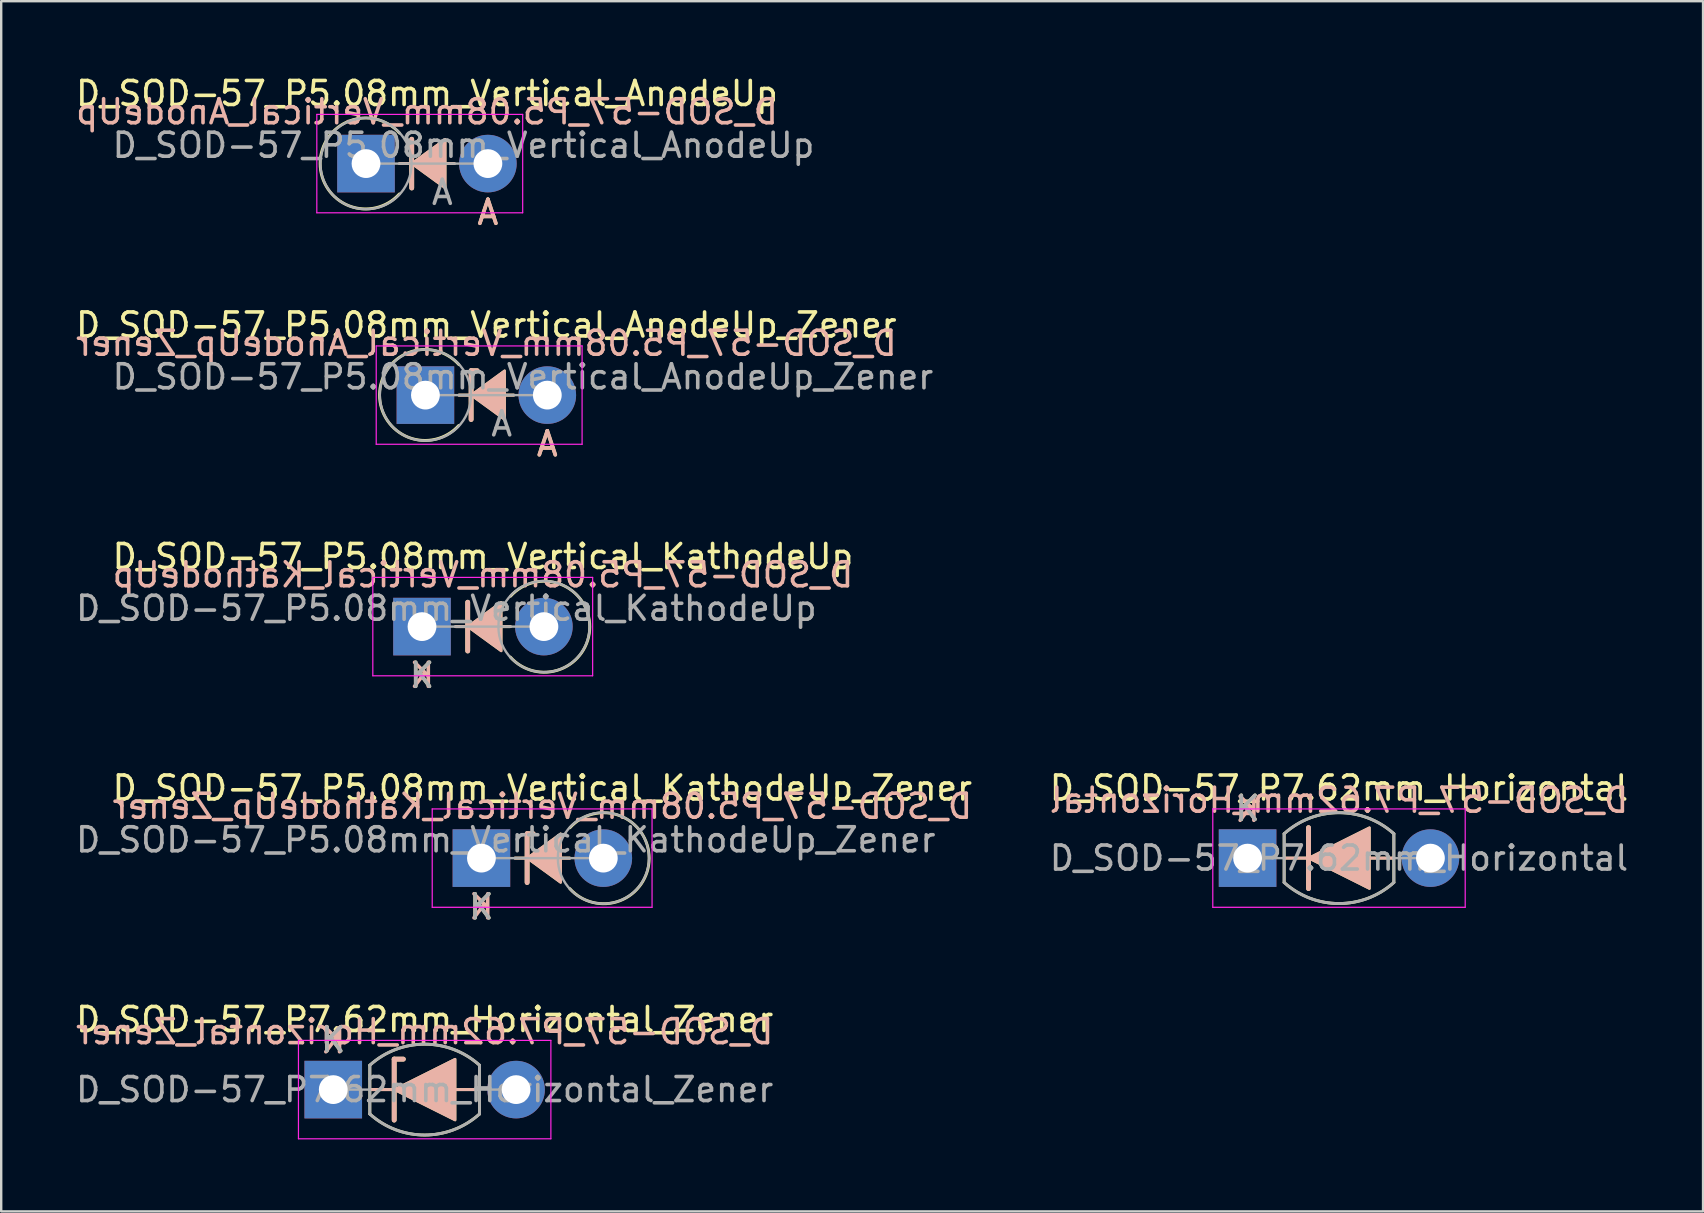
<source format=kicad_pcb>
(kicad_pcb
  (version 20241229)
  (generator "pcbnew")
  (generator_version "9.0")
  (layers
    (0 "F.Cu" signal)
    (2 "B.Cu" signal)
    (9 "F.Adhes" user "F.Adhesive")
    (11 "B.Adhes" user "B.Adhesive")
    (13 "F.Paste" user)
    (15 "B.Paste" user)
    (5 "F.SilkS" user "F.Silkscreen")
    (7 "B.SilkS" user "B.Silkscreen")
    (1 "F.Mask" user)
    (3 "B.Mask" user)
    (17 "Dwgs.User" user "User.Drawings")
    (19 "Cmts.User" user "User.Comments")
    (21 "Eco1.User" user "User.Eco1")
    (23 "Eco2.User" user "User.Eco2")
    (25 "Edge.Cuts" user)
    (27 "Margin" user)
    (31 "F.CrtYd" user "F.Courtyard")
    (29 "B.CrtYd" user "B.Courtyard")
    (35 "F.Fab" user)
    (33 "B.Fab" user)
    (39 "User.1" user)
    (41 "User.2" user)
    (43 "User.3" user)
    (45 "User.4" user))
  (footprint "D_SOD-57_P7.62mm_Horizontal_Zener"
    (layer "F.Cu")
    (at 10.839 42.362)
    (property "Reference" "D_SOD-57_P7.62mm_Horizontal_Zener" (at 3.81 -2.92 0) (layer "F.SilkS") (effects (font (size 1 1) (thickness 0.15))))
    (fp_line (start 1.524 -1.016) (end 1.524 1.016) (stroke (width 0.12) (type solid)) (layer "F.SilkS"))
    (fp_line (start 1.524 0) (end 6.096 0) (stroke (width 0.12) (type solid)) (layer "F.SilkS"))
    (fp_line (start 2.54 -1.27) (end 2.921 -1.27) (stroke (width 0.2) (type solid)) (layer "F.SilkS"))
    (fp_line (start 2.54 1.27) (end 2.54 -1.27) (stroke (width 0.2) (type solid)) (layer "F.SilkS"))
    (fp_line (start 6.096 -1.016) (end 6.096 1.016) (stroke (width 0.12) (type solid)) (layer "F.SilkS"))
    (fp_arc (start 1.524 -1.016) (mid 3.809999 -1.89322) (end 6.095998 -1.016) (stroke (width 0.12) (type solid)) (layer "F.SilkS"))
    (fp_arc (start 6.096 1.016) (mid 3.810001 1.89322) (end 1.524002 1.016) (stroke (width 0.12) (type solid)) (layer "F.SilkS"))
    (fp_poly (pts (xy 5.08 1.27) (xy 2.54 0) (xy 5.08 -1.27)) (stroke (width 0.1) (type solid)) (fill yes) (layer "F.SilkS"))
    (fp_line (start 1.524 0) (end 6.096 0) (stroke (width 0.12) (type solid)) (layer "B.SilkS"))
    (fp_line (start 2.54 -1.27) (end 2.54 1.27) (stroke (width 0.2) (type solid)) (layer "B.SilkS"))
    (fp_line (start 2.54 -1.27) (end 2.921 -1.27) (stroke (width 0.2) (type solid)) (layer "B.SilkS"))
    (fp_poly (pts (xy 5.08 -1.27) (xy 2.54 0) (xy 5.08 1.27)) (stroke (width 0.1) (type solid)) (fill yes) (layer "B.SilkS"))
    (fp_line (start -1.45 -2.05) (end -1.45 2.05) (stroke (width 0.05) (type solid)) (layer "F.CrtYd"))
    (fp_line (start -1.45 2.05) (end 9.07 2.05) (stroke (width 0.05) (type solid)) (layer "F.CrtYd"))
    (fp_line (start 9.07 -2.05) (end -1.45 -2.05) (stroke (width 0.05) (type solid)) (layer "F.CrtYd"))
    (fp_line (start 9.07 2.05) (end 9.07 -2.05) (stroke (width 0.05) (type solid)) (layer "F.CrtYd"))
    (fp_line (start 0 0) (end 1.524 0) (stroke (width 0.1) (type solid)) (layer "F.Fab"))
    (fp_line (start 1.524 -1.016) (end 1.524 1.016) (stroke (width 0.12) (type solid)) (layer "F.Fab"))
    (fp_line (start 6.096 -1.016) (end 6.096 1.016) (stroke (width 0.12) (type solid)) (layer "F.Fab"))
    (fp_line (start 7.62 0) (end 6.096 0) (stroke (width 0.1) (type solid)) (layer "F.Fab"))
    (fp_arc (start 1.524 -1.016) (mid 3.81037 -1.894241) (end 6.097132 -1.017021) (stroke (width 0.12) (type solid)) (layer "F.Fab"))
    (fp_arc (start 6.097134 1.014979) (mid 3.810764 1.89322) (end 1.524002 1.016) (stroke (width 0.12) (type solid)) (layer "F.Fab"))
    (fp_text user "K" (at 0 -2.073 0) (layer "F.SilkS") (effects (font (size 1 1) (thickness 0.15))))
    (fp_text user "${REFERENCE}" (at 3.81 -2.413 0) (layer "B.SilkS") (effects (font (size 1 1) (thickness 0.15)) (justify mirror)))
    (fp_text user "K" (at 0 -2.032 0) (layer "B.SilkS") (effects (font (size 1 1) (thickness 0.15)) (justify mirror)))
    (fp_text user "K" (at 0 -2.073 0) (layer "F.Fab") (effects (font (size 1 1) (thickness 0.15))))
    (fp_text user "${REFERENCE}" (at 3.81 0 0) (layer "F.Fab") (effects (font (size 1 1) (thickness 0.15))))
    (pad "1" thru_hole rect (at 0 0) (size 2.4 2.4) (drill 1.2) (layers "*.Cu" "*.Mask"))
    (pad "2" thru_hole oval (at 7.62 0) (size 2.4 2.4) (drill 1.2) (layers "*.Cu" "*.Mask")))
  (footprint "D_SOD-57_P5.08mm_Vertical_KathodeUp"
    (layer "F.Cu")
    (at 14.538 23.065)
    (property "Reference" "D_SOD-57_P5.08mm_Vertical_KathodeUp" (at 2.54 -2.92 0) (layer "F.SilkS") (effects (font (size 1 1) (thickness 0.15))))
    (fp_line (start 1.397 0) (end 2.413 0) (stroke (width 0.12) (type solid)) (layer "F.SilkS"))
    (fp_line (start 1.905 -1.016) (end 1.905 1.016) (stroke (width 0.2) (type solid)) (layer "F.SilkS"))
    (fp_line (start 1.92 0) (end 3.683 0) (stroke (width 0.12) (type solid)) (layer "F.SilkS"))
    (fp_arc (start 3.688678 -1.264874) (mid 6.992067 0.009969) (end 3.683 1.27) (stroke (width 0.12) (type solid)) (layer "F.SilkS"))
    (fp_poly (pts (xy 3.302 1.016) (xy 1.905 0) (xy 3.302 -1.016)) (stroke (width 0.1) (type solid)) (fill yes) (layer "F.SilkS"))
    (fp_line (start 1.397 0) (end 2.413 0) (stroke (width 0.12) (type solid)) (layer "B.SilkS"))
    (fp_line (start 1.905 1.016) (end 1.905 -1.016) (stroke (width 0.2) (type solid)) (layer "B.SilkS"))
    (fp_line (start 1.92 0) (end 3.683 0) (stroke (width 0.12) (type solid)) (layer "B.SilkS"))
    (fp_poly (pts (xy 3.302 -1.016) (xy 1.905 0) (xy 3.302 1.016)) (stroke (width 0.1) (type solid)) (fill yes) (layer "B.SilkS"))
    (fp_line (start -2.05 -2.05) (end -2.05 2.05) (stroke (width 0.05) (type solid)) (layer "F.CrtYd"))
    (fp_line (start -2.05 2.05) (end 7.112 2.05) (stroke (width 0.05) (type solid)) (layer "F.CrtYd"))
    (fp_line (start 7.112 -2.05) (end -2.05 -2.05) (stroke (width 0.05) (type solid)) (layer "F.CrtYd"))
    (fp_line (start 7.112 2.05) (end 7.112 -2.05) (stroke (width 0.05) (type solid)) (layer "F.CrtYd"))
    (fp_line (start 0 0) (end 5.08 0) (stroke (width 0.1) (type solid)) (layer "F.Fab"))
    (fp_circle (center 5.085 0) (end 6.985 0) (stroke (width 0.1) (type solid)) (fill no) (layer "F.Fab"))
    (fp_text user "K" (at 0 2.032 0) (layer "F.SilkS") (effects (font (size 1 1) (thickness 0.15))))
    (fp_text user "${REFERENCE}" (at 2.54 -2.159 0) (layer "B.SilkS") (effects (font (size 1 1) (thickness 0.15)) (justify mirror)))
    (fp_text user "K" (at 0 2.032 0) (layer "B.SilkS") (effects (font (size 1 1) (thickness 0.15)) (justify mirror)))
    (fp_text user "${REFERENCE}" (at 1.016 -0.762 0) (layer "F.Fab") (effects (font (size 1 1) (thickness 0.15))))
    (fp_text user "K" (at 0 2.032 0) (layer "F.Fab") (effects (font (size 1 1) (thickness 0.15))))
    (pad "1" thru_hole rect (at 0 0) (size 2.4 2.4) (drill 1.2) (layers "*.Cu" "*.Mask"))
    (pad "2" thru_hole oval (at 5.08 0) (size 2.4 2.4) (drill 1.2) (layers "*.Cu" "*.Mask")))
  (footprint "D_SOD-57_P5.08mm_Vertical_AnodeUp"
    (layer "F.Cu")
    (at 12.204 3.768)
    (property "Reference" "D_SOD-57_P5.08mm_Vertical_AnodeUp" (at 2.54 -2.92 0) (layer "F.SilkS") (effects (font (size 1 1) (thickness 0.15))))
    (fp_line (start 1.397 0) (end 2.413 0) (stroke (width 0.12) (type solid)) (layer "F.SilkS"))
    (fp_line (start 1.905 -1.016) (end 1.905 1.016) (stroke (width 0.2) (type solid)) (layer "F.SilkS"))
    (fp_line (start 1.92 0) (end 3.683 0) (stroke (width 0.12) (type solid)) (layer "F.SilkS"))
    (fp_arc (start 1.391322 1.264874) (mid -1.912067 -0.009969) (end 1.397 -1.27) (stroke (width 0.12) (type solid)) (layer "F.SilkS"))
    (fp_poly (pts (xy 3.302 1.016) (xy 1.905 0) (xy 3.302 -1.016)) (stroke (width 0.1) (type solid)) (fill yes) (layer "F.SilkS"))
    (fp_line (start 1.397 0) (end 2.413 0) (stroke (width 0.12) (type solid)) (layer "B.SilkS"))
    (fp_line (start 1.905 1.016) (end 1.905 -1.016) (stroke (width 0.2) (type solid)) (layer "B.SilkS"))
    (fp_line (start 1.92 0) (end 3.683 0) (stroke (width 0.12) (type solid)) (layer "B.SilkS"))
    (fp_poly (pts (xy 3.302 -1.016) (xy 1.905 0) (xy 3.302 1.016)) (stroke (width 0.1) (type solid)) (fill yes) (layer "B.SilkS"))
    (fp_line (start -2.05 -2.05) (end -2.05 2.05) (stroke (width 0.05) (type solid)) (layer "F.CrtYd"))
    (fp_line (start -2.05 2.05) (end 6.53 2.05) (stroke (width 0.05) (type solid)) (layer "F.CrtYd"))
    (fp_line (start 6.53 -2.05) (end -2.05 -2.05) (stroke (width 0.05) (type solid)) (layer "F.CrtYd"))
    (fp_line (start 6.53 2.05) (end 6.53 -2.05) (stroke (width 0.05) (type solid)) (layer "F.CrtYd"))
    (fp_line (start 0 0) (end 5.08 0) (stroke (width 0.1) (type solid)) (layer "F.Fab"))
    (fp_circle (center 0 0) (end 1.9 0) (stroke (width 0.1) (type solid)) (fill no) (layer "F.Fab"))
    (fp_text user "A" (at 5.08 2.032 0) (layer "F.SilkS") (effects (font (size 1 1) (thickness 0.15))))
    (fp_text user "${REFERENCE}" (at 2.54 -2.159 0) (layer "B.SilkS") (effects (font (size 1 1) (thickness 0.15)) (justify mirror)))
    (fp_text user "A" (at 5.08 2.032 0) (layer "B.SilkS") (effects (font (size 1 1) (thickness 0.15)) (justify mirror)))
    (fp_text user "A" (at 3.18 1.2 0) (layer "F.Fab") (effects (font (size 1 1) (thickness 0.15))))
    (fp_text user "${REFERENCE}" (at 4.064 -0.762 0) (layer "F.Fab") (effects (font (size 1 1) (thickness 0.15))))
    (pad "1" thru_hole rect (at 0 0) (size 2.4 2.4) (drill 1.2) (layers "*.Cu" "*.Mask"))
    (pad "2" thru_hole oval (at 5.08 0) (size 2.4 2.4) (drill 1.2) (layers "*.Cu" "*.Mask")))
  (footprint "D_SOD-57_P7.62mm_Horizontal"
    (layer "F.Cu")
    (at 48.946 32.714)
    (property "Reference" "D_SOD-57_P7.62mm_Horizontal" (at 3.81 -2.92 0) (layer "F.SilkS") (effects (font (size 1 1) (thickness 0.15))))
    (fp_line (start 1.524 -1.016) (end 1.524 1.016) (stroke (width 0.12) (type solid)) (layer "F.SilkS"))
    (fp_line (start 1.524 0) (end 6.096 0) (stroke (width 0.12) (type solid)) (layer "F.SilkS"))
    (fp_line (start 2.54 1.27) (end 2.54 -1.27) (stroke (width 0.2) (type solid)) (layer "F.SilkS"))
    (fp_line (start 6.096 -1.016) (end 6.096 1.016) (stroke (width 0.12) (type solid)) (layer "F.SilkS"))
    (fp_arc (start 1.524 -1.016) (mid 3.809999 -1.89322) (end 6.095998 -1.016) (stroke (width 0.12) (type solid)) (layer "F.SilkS"))
    (fp_arc (start 6.096 1.016) (mid 3.810001 1.89322) (end 1.524002 1.016) (stroke (width 0.12) (type solid)) (layer "F.SilkS"))
    (fp_poly (pts (xy 5.08 1.27) (xy 2.54 0) (xy 5.08 -1.27)) (stroke (width 0.1) (type solid)) (fill yes) (layer "F.SilkS"))
    (fp_line (start 1.524 0) (end 6.096 0) (stroke (width 0.12) (type solid)) (layer "B.SilkS"))
    (fp_line (start 2.54 -1.27) (end 2.54 1.27) (stroke (width 0.2) (type solid)) (layer "B.SilkS"))
    (fp_poly (pts (xy 5.08 -1.27) (xy 2.54 0) (xy 5.08 1.27)) (stroke (width 0.1) (type solid)) (fill yes) (layer "B.SilkS"))
    (fp_line (start -1.45 -2.05) (end -1.45 2.05) (stroke (width 0.05) (type solid)) (layer "F.CrtYd"))
    (fp_line (start -1.45 2.05) (end 9.07 2.05) (stroke (width 0.05) (type solid)) (layer "F.CrtYd"))
    (fp_line (start 9.07 -2.05) (end -1.45 -2.05) (stroke (width 0.05) (type solid)) (layer "F.CrtYd"))
    (fp_line (start 9.07 2.05) (end 9.07 -2.05) (stroke (width 0.05) (type solid)) (layer "F.CrtYd"))
    (fp_line (start 0 0) (end 1.524 0) (stroke (width 0.1) (type solid)) (layer "F.Fab"))
    (fp_line (start 1.524 -1.016) (end 1.524 1.016) (stroke (width 0.12) (type solid)) (layer "F.Fab"))
    (fp_line (start 6.096 -1.016) (end 6.096 1.016) (stroke (width 0.12) (type solid)) (layer "F.Fab"))
    (fp_line (start 7.62 0) (end 6.096 0) (stroke (width 0.1) (type solid)) (layer "F.Fab"))
    (fp_arc (start 1.524 -1.016) (mid 3.81037 -1.894241) (end 6.097132 -1.017021) (stroke (width 0.12) (type solid)) (layer "F.Fab"))
    (fp_arc (start 6.097134 1.014979) (mid 3.810764 1.89322) (end 1.524002 1.016) (stroke (width 0.12) (type solid)) (layer "F.Fab"))
    (fp_text user "K" (at 0 -2.073 0) (layer "F.SilkS") (effects (font (size 1 1) (thickness 0.15))))
    (fp_text user "${REFERENCE}" (at 3.81 -2.413 0) (layer "B.SilkS") (effects (font (size 1 1) (thickness 0.15)) (justify mirror)))
    (fp_text user "K" (at 0 -2.032 0) (layer "B.SilkS") (effects (font (size 1 1) (thickness 0.15)) (justify mirror)))
    (fp_text user "K" (at 0 -2.073 0) (layer "F.Fab") (effects (font (size 1 1) (thickness 0.15))))
    (fp_text user "${REFERENCE}" (at 3.81 0 0) (layer "F.Fab") (effects (font (size 1 1) (thickness 0.15))))
    (pad "1" thru_hole rect (at 0 0) (size 2.4 2.4) (drill 1.2) (layers "*.Cu" "*.Mask"))
    (pad "2" thru_hole oval (at 7.62 0) (size 2.4 2.4) (drill 1.2) (layers "*.Cu" "*.Mask")))
  (footprint "D_SOD-57_P5.08mm_Vertical_KathodeUp_Zener"
    (layer "F.Cu")
    (at 17.014 32.714)
    (property "Reference" "D_SOD-57_P5.08mm_Vertical_KathodeUp_Zener" (at 2.54 -2.92 0) (layer "F.SilkS") (effects (font (size 1 1) (thickness 0.15))))
    (fp_line (start 1.397 0) (end 2.413 0) (stroke (width 0.12) (type solid)) (layer "F.SilkS"))
    (fp_line (start 1.905 -1.016) (end 1.905 1.016) (stroke (width 0.2) (type solid)) (layer "F.SilkS"))
    (fp_line (start 1.905 -1.016) (end 2.159 -1.016) (stroke (width 0.2) (type solid)) (layer "F.SilkS"))
    (fp_line (start 1.92 0) (end 3.683 0) (stroke (width 0.12) (type solid)) (layer "F.SilkS"))
    (fp_arc (start 3.688678 -1.264874) (mid 6.992067 0.009969) (end 3.683 1.27) (stroke (width 0.12) (type solid)) (layer "F.SilkS"))
    (fp_poly (pts (xy 3.302 1.016) (xy 1.905 0) (xy 3.302 -1.016)) (stroke (width 0.1) (type solid)) (fill yes) (layer "F.SilkS"))
    (fp_line (start 1.397 0) (end 2.413 0) (stroke (width 0.12) (type solid)) (layer "B.SilkS"))
    (fp_line (start 1.905 -1.016) (end 2.159 -1.016) (stroke (width 0.2) (type solid)) (layer "B.SilkS"))
    (fp_line (start 1.905 1.016) (end 1.905 -1.016) (stroke (width 0.2) (type solid)) (layer "B.SilkS"))
    (fp_line (start 1.92 0) (end 3.683 0) (stroke (width 0.12) (type solid)) (layer "B.SilkS"))
    (fp_poly (pts (xy 3.302 -1.016) (xy 1.905 0) (xy 3.302 1.016)) (stroke (width 0.1) (type solid)) (fill yes) (layer "B.SilkS"))
    (fp_line (start -2.05 -2.05) (end -2.05 2.05) (stroke (width 0.05) (type solid)) (layer "F.CrtYd"))
    (fp_line (start -2.05 2.05) (end 7.112 2.05) (stroke (width 0.05) (type solid)) (layer "F.CrtYd"))
    (fp_line (start 7.112 -2.05) (end -2.05 -2.05) (stroke (width 0.05) (type solid)) (layer "F.CrtYd"))
    (fp_line (start 7.112 2.05) (end 7.112 -2.05) (stroke (width 0.05) (type solid)) (layer "F.CrtYd"))
    (fp_line (start 0 0) (end 5.08 0) (stroke (width 0.1) (type solid)) (layer "F.Fab"))
    (fp_circle (center 5.085 0) (end 6.985 0) (stroke (width 0.1) (type solid)) (fill no) (layer "F.Fab"))
    (fp_text user "K" (at 0 2.032 0) (layer "F.SilkS") (effects (font (size 1 1) (thickness 0.15))))
    (fp_text user "K" (at 0 2.032 0) (layer "B.SilkS") (effects (font (size 1 1) (thickness 0.15)) (justify mirror)))
    (fp_text user "${REFERENCE}" (at 2.54 -2.159 0) (layer "B.SilkS") (effects (font (size 1 1) (thickness 0.15)) (justify mirror)))
    (fp_text user "K" (at 0 2.032 0) (layer "F.Fab") (effects (font (size 1 1) (thickness 0.15))))
    (fp_text user "${REFERENCE}" (at 1.016 -0.762 0) (layer "F.Fab") (effects (font (size 1 1) (thickness 0.15))))
    (pad "1" thru_hole rect (at 0 0) (size 2.4 2.4) (drill 1.2) (layers "*.Cu" "*.Mask"))
    (pad "2" thru_hole oval (at 5.08 0) (size 2.4 2.4) (drill 1.2) (layers "*.Cu" "*.Mask")))
  (footprint "D_SOD-57_P5.08mm_Vertical_AnodeUp_Zener"
    (layer "F.Cu")
    (at 14.68 13.417)
    (property "Reference" "D_SOD-57_P5.08mm_Vertical_AnodeUp_Zener" (at 2.54 -2.92 0) (layer "F.SilkS") (effects (font (size 1 1) (thickness 0.15))))
    (fp_line (start 1.397 0) (end 2.413 0) (stroke (width 0.12) (type solid)) (layer "F.SilkS"))
    (fp_line (start 1.905 -1.016) (end 1.905 1.016) (stroke (width 0.2) (type solid)) (layer "F.SilkS"))
    (fp_line (start 1.905 -1.016) (end 2.159 -1.016) (stroke (width 0.2) (type solid)) (layer "F.SilkS"))
    (fp_line (start 1.92 0) (end 3.683 0) (stroke (width 0.12) (type solid)) (layer "F.SilkS"))
    (fp_arc (start 1.391322 1.264874) (mid -1.912067 -0.009969) (end 1.397 -1.27) (stroke (width 0.12) (type solid)) (layer "F.SilkS"))
    (fp_poly (pts (xy 3.302 1.016) (xy 1.905 0) (xy 3.302 -1.016)) (stroke (width 0.1) (type solid)) (fill yes) (layer "F.SilkS"))
    (fp_line (start 1.397 0) (end 2.413 0) (stroke (width 0.12) (type solid)) (layer "B.SilkS"))
    (fp_line (start 1.905 -1.016) (end 2.159 -1.016) (stroke (width 0.2) (type solid)) (layer "B.SilkS"))
    (fp_line (start 1.905 1.016) (end 1.905 -1.016) (stroke (width 0.2) (type solid)) (layer "B.SilkS"))
    (fp_line (start 1.92 0) (end 3.683 0) (stroke (width 0.12) (type solid)) (layer "B.SilkS"))
    (fp_poly (pts (xy 3.302 -1.016) (xy 1.905 0) (xy 3.302 1.016)) (stroke (width 0.1) (type solid)) (fill yes) (layer "B.SilkS"))
    (fp_line (start -2.05 -2.05) (end -2.05 2.05) (stroke (width 0.05) (type solid)) (layer "F.CrtYd"))
    (fp_line (start -2.05 2.05) (end 6.53 2.05) (stroke (width 0.05) (type solid)) (layer "F.CrtYd"))
    (fp_line (start 6.53 -2.05) (end -2.05 -2.05) (stroke (width 0.05) (type solid)) (layer "F.CrtYd"))
    (fp_line (start 6.53 2.05) (end 6.53 -2.05) (stroke (width 0.05) (type solid)) (layer "F.CrtYd"))
    (fp_line (start 0 0) (end 5.08 0) (stroke (width 0.1) (type solid)) (layer "F.Fab"))
    (fp_circle (center 0 0) (end 1.9 0) (stroke (width 0.1) (type solid)) (fill no) (layer "F.Fab"))
    (fp_text user "A" (at 5.08 2.032 0) (layer "F.SilkS") (effects (font (size 1 1) (thickness 0.15))))
    (fp_text user "A" (at 5.08 2.032 0) (layer "B.SilkS") (effects (font (size 1 1) (thickness 0.15)) (justify mirror)))
    (fp_text user "${REFERENCE}" (at 2.54 -2.159 0) (layer "B.SilkS") (effects (font (size 1 1) (thickness 0.15)) (justify mirror)))
    (fp_text user "${REFERENCE}" (at 4.064 -0.762 0) (layer "F.Fab") (effects (font (size 1 1) (thickness 0.15))))
    (fp_text user "A" (at 3.18 1.2 0) (layer "F.Fab") (effects (font (size 1 1) (thickness 0.15))))
    (pad "1" thru_hole rect (at 0 0) (size 2.4 2.4) (drill 1.2) (layers "*.Cu" "*.Mask"))
    (pad "2" thru_hole oval (at 5.08 0) (size 2.4 2.4) (drill 1.2) (layers "*.Cu" "*.Mask")))
  (gr_rect
    (start -3 -3)
    (end 67.929 47.437)
    (stroke (width 0.1) (type default))
    (fill no)
    (layer "Edge.Cuts")))
</source>
